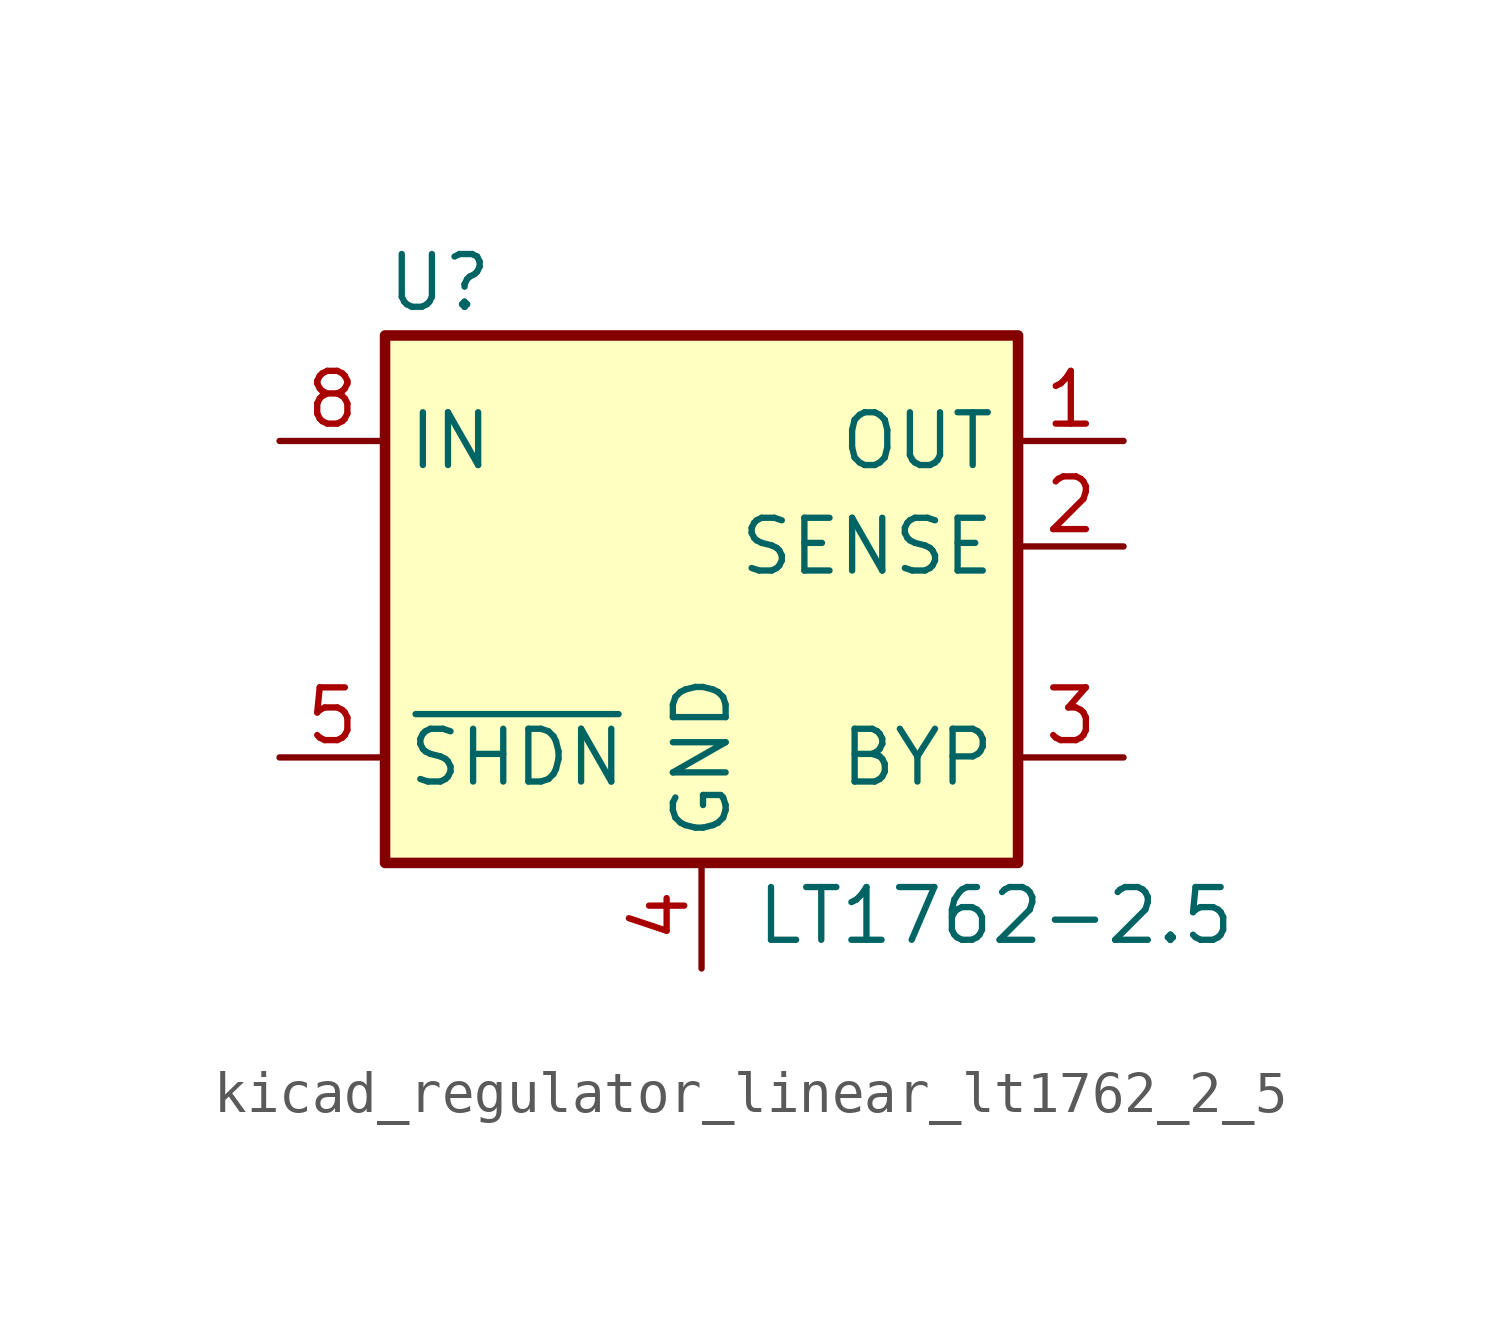
<source format=kicad_sym>
(kicad_symbol_lib
  (version 20220914)
  (generator kicad_symbol_editor)
  (symbol "kicad_regulator_linear_lt1762_2_5"
    (property "Reference" "U"
      (at -7.62 8.89 0)
      (effects (font (size 1.27 1.27)) (justify left)))
    (property "Value" "LT1762-2.5"
      (at 1.27 -6.35 0)
      (effects (font (size 1.27 1.27)) (justify left)))
    (symbol "kicad_regulator_linear_lt1762_2_5_0_1"
      (rectangle (start -7.62 7.62) (end 7.62 -5.08) (stroke (width 0.254) (type default)) (fill (type background))))
    (symbol "kicad_regulator_linear_lt1762_2_5_1_1"
      (pin power_out line (at 10.16 5.08 180) (length 2.54) (name "OUT" (effects (font (size 1.27 1.27)))) (number "1" (effects (font (size 1.27 1.27)))))
      (pin input line (at 10.16 2.54 180) (length 2.54) (name "SENSE" (effects (font (size 1.27 1.27)))) (number "2" (effects (font (size 1.27 1.27)))))
      (pin passive line (at 10.16 -2.54 180) (length 2.54) (name "BYP" (effects (font (size 1.27 1.27)))) (number "3" (effects (font (size 1.27 1.27)))))
      (pin power_in line (at 0 -7.62 90) (length 2.54) (name "GND" (effects (font (size 1.27 1.27)))) (number "4" (effects (font (size 1.27 1.27)))))
      (pin input line (at -10.16 -2.54 0) (length 2.54) (name "~{SHDN}" (effects (font (size 1.27 1.27)))) (number "5" (effects (font (size 1.27 1.27)))))
      (pin no_connect line (at 2.54 5.08 90) (length 2.54) hide (name "NC" (effects (font (size 1.27 1.27)))) (number "6" (effects (font (size 1.27 1.27)))))
      (pin no_connect line (at 2.54 2.54 90) (length 2.54) hide (name "NC" (effects (font (size 1.27 1.27)))) (number "7" (effects (font (size 1.27 1.27)))))
      (pin power_in line (at -10.16 5.08 0) (length 2.54) (name "IN" (effects (font (size 1.27 1.27)))) (number "8" (effects (font (size 1.27 1.27))))))))
</source>
